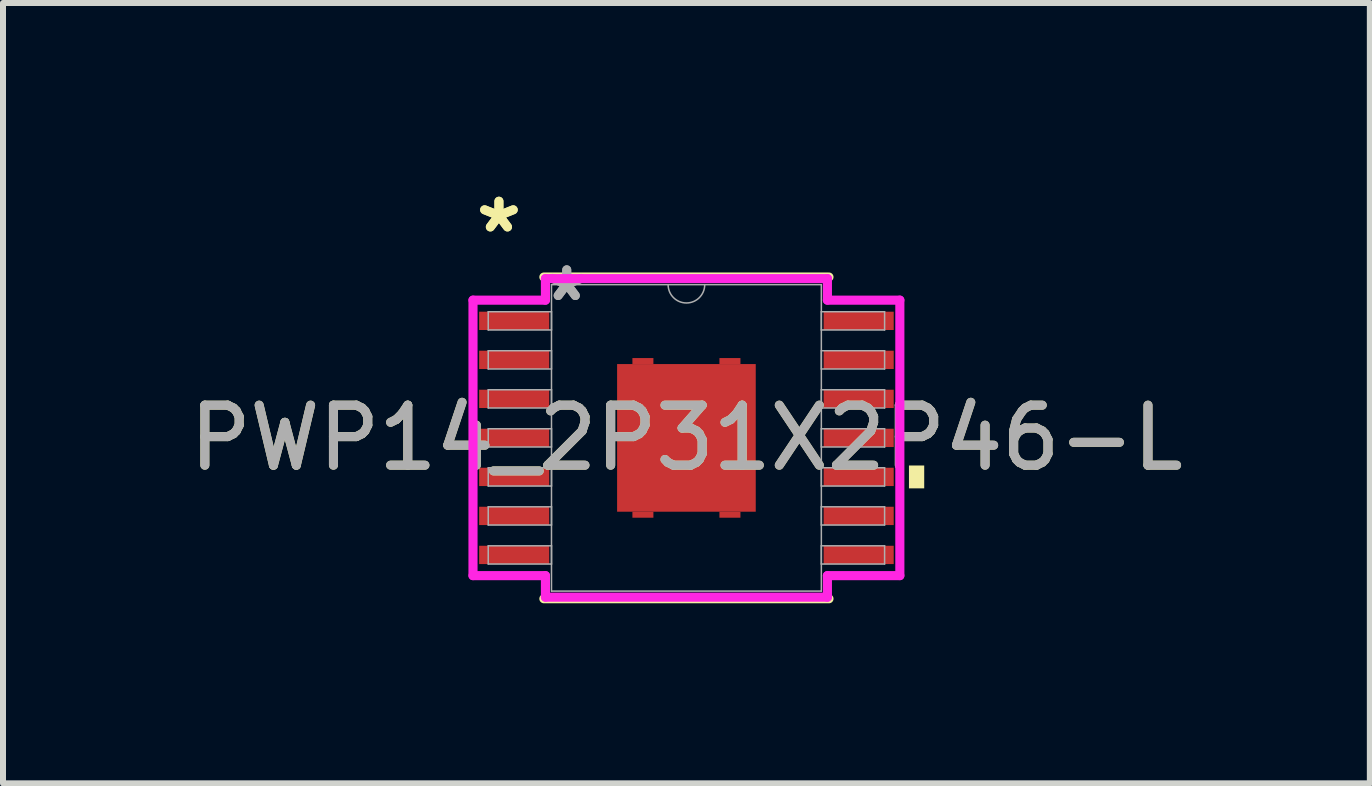
<source format=kicad_pcb>
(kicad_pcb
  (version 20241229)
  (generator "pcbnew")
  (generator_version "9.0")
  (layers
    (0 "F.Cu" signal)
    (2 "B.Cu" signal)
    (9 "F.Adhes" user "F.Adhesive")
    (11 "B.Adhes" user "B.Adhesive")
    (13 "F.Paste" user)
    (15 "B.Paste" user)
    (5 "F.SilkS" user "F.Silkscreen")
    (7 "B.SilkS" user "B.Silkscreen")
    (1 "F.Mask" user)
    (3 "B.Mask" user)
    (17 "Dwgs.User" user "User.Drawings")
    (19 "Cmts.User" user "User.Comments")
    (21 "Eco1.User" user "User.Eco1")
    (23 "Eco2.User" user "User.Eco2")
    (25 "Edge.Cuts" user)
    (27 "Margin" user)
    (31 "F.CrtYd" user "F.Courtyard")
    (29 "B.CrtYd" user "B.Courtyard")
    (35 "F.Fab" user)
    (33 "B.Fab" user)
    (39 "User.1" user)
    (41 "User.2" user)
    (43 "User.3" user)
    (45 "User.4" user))
  (footprint "PWP14_2P31X2P46-L"
    (layer "F.Cu")
    (at 8.387 4.246)
    (property "Reference" "PWP14_2P31X2P46-L" (at 0 0 0) (unlocked yes) (layer "F.SilkS") (effects (font (size 1 1) (thickness 0.15))))
    (attr smd)
    (fp_poly (pts (xy -0.55 -1.23) (xy -0.55 -1.33) (xy -0.9 -1.33) (xy -0.9 -1.23)) (stroke (width 0) (type solid)) (fill yes) (layer "F.Cu"))
    (fp_poly (pts (xy -0.55 1.23) (xy -0.55 1.33) (xy -0.9 1.33) (xy -0.9 1.23)) (stroke (width 0) (type solid)) (fill yes) (layer "F.Cu"))
    (fp_poly (pts (xy 0.55 -1.23) (xy 0.55 -1.33) (xy 0.9 -1.33) (xy 0.9 -1.23)) (stroke (width 0) (type solid)) (fill yes) (layer "F.Cu"))
    (fp_poly (pts (xy 0.55 1.23) (xy 0.55 1.33) (xy 0.9 1.33) (xy 0.9 1.23)) (stroke (width 0) (type solid)) (fill yes) (layer "F.Cu"))
    (fp_poly (pts (xy -0.55 -1.23) (xy -0.55 -1.33) (xy -0.9 -1.33) (xy -0.9 -1.23)) (stroke (width 0) (type solid)) (fill yes) (layer "F.Mask"))
    (fp_poly (pts (xy -0.55 1.23) (xy -0.55 1.33) (xy -0.9 1.33) (xy -0.9 1.23)) (stroke (width 0) (type solid)) (fill yes) (layer "F.Mask"))
    (fp_poly (pts (xy 0.55 -1.23) (xy 0.55 -1.33) (xy 0.9 -1.33) (xy 0.9 -1.23)) (stroke (width 0) (type solid)) (fill yes) (layer "F.Mask"))
    (fp_poly (pts (xy 0.55 1.23) (xy 0.55 1.33) (xy 0.9 1.33) (xy 0.9 1.23)) (stroke (width 0) (type solid)) (fill yes) (layer "F.Mask"))
    (fp_line (start -2.375 2.68) (end 2.375 2.68) (stroke (width 0.152) (type solid)) (layer "F.SilkS"))
    (fp_line (start 2.375 -2.68) (end -2.375 -2.68) (stroke (width 0.152) (type solid)) (layer "F.SilkS"))
    (fp_poly (pts (xy 3.962 0.46) (xy 3.962 0.841) (xy 3.708 0.841) (xy 3.708 0.46)) (stroke (width 0) (type solid)) (fill yes) (layer "F.SilkS"))
    (fp_line (start -3.556 -2.295) (end -2.349 -2.295) (stroke (width 0.152) (type solid)) (layer "F.CrtYd"))
    (fp_line (start -3.556 2.295) (end -3.556 -2.295) (stroke (width 0.152) (type solid)) (layer "F.CrtYd"))
    (fp_line (start -3.556 2.295) (end -2.349 2.295) (stroke (width 0.152) (type solid)) (layer "F.CrtYd"))
    (fp_line (start -2.349 -2.654) (end 2.349 -2.654) (stroke (width 0.152) (type solid)) (layer "F.CrtYd"))
    (fp_line (start -2.349 -2.295) (end -2.349 -2.654) (stroke (width 0.152) (type solid)) (layer "F.CrtYd"))
    (fp_line (start -2.349 2.654) (end -2.349 2.295) (stroke (width 0.152) (type solid)) (layer "F.CrtYd"))
    (fp_line (start 2.349 -2.654) (end 2.349 -2.295) (stroke (width 0.152) (type solid)) (layer "F.CrtYd"))
    (fp_line (start 2.349 2.295) (end 2.349 2.654) (stroke (width 0.152) (type solid)) (layer "F.CrtYd"))
    (fp_line (start 2.349 2.654) (end -2.349 2.654) (stroke (width 0.152) (type solid)) (layer "F.CrtYd"))
    (fp_line (start 3.556 -2.295) (end 2.349 -2.295) (stroke (width 0.152) (type solid)) (layer "F.CrtYd"))
    (fp_line (start 3.556 -2.295) (end 3.556 2.295) (stroke (width 0.152) (type solid)) (layer "F.CrtYd"))
    (fp_line (start 3.556 2.295) (end 2.349 2.295) (stroke (width 0.152) (type solid)) (layer "F.CrtYd"))
    (fp_line (start -3.302 -2.102) (end -3.302 -1.798) (stroke (width 0.025) (type solid)) (layer "F.Fab"))
    (fp_line (start -3.302 -1.798) (end -2.248 -1.798) (stroke (width 0.025) (type solid)) (layer "F.Fab"))
    (fp_line (start -3.302 -1.452) (end -3.302 -1.148) (stroke (width 0.025) (type solid)) (layer "F.Fab"))
    (fp_line (start -3.302 -1.148) (end -2.248 -1.148) (stroke (width 0.025) (type solid)) (layer "F.Fab"))
    (fp_line (start -3.302 -0.802) (end -3.302 -0.498) (stroke (width 0.025) (type solid)) (layer "F.Fab"))
    (fp_line (start -3.302 -0.498) (end -2.248 -0.498) (stroke (width 0.025) (type solid)) (layer "F.Fab"))
    (fp_line (start -3.302 -0.152) (end -3.302 0.152) (stroke (width 0.025) (type solid)) (layer "F.Fab"))
    (fp_line (start -3.302 0.152) (end -2.248 0.152) (stroke (width 0.025) (type solid)) (layer "F.Fab"))
    (fp_line (start -3.302 0.498) (end -3.302 0.802) (stroke (width 0.025) (type solid)) (layer "F.Fab"))
    (fp_line (start -3.302 0.802) (end -2.248 0.802) (stroke (width 0.025) (type solid)) (layer "F.Fab"))
    (fp_line (start -3.302 1.148) (end -3.302 1.452) (stroke (width 0.025) (type solid)) (layer "F.Fab"))
    (fp_line (start -3.302 1.452) (end -2.248 1.452) (stroke (width 0.025) (type solid)) (layer "F.Fab"))
    (fp_line (start -3.302 1.798) (end -3.302 2.102) (stroke (width 0.025) (type solid)) (layer "F.Fab"))
    (fp_line (start -3.302 2.102) (end -2.248 2.102) (stroke (width 0.025) (type solid)) (layer "F.Fab"))
    (fp_line (start -2.248 -2.553) (end -2.248 2.553) (stroke (width 0.025) (type solid)) (layer "F.Fab"))
    (fp_line (start -2.248 -2.102) (end -3.302 -2.102) (stroke (width 0.025) (type solid)) (layer "F.Fab"))
    (fp_line (start -2.248 -1.798) (end -2.248 -2.102) (stroke (width 0.025) (type solid)) (layer "F.Fab"))
    (fp_line (start -2.248 -1.452) (end -3.302 -1.452) (stroke (width 0.025) (type solid)) (layer "F.Fab"))
    (fp_line (start -2.248 -1.148) (end -2.248 -1.452) (stroke (width 0.025) (type solid)) (layer "F.Fab"))
    (fp_line (start -2.248 -0.802) (end -3.302 -0.802) (stroke (width 0.025) (type solid)) (layer "F.Fab"))
    (fp_line (start -2.248 -0.498) (end -2.248 -0.802) (stroke (width 0.025) (type solid)) (layer "F.Fab"))
    (fp_line (start -2.248 -0.152) (end -3.302 -0.152) (stroke (width 0.025) (type solid)) (layer "F.Fab"))
    (fp_line (start -2.248 0.152) (end -2.248 -0.152) (stroke (width 0.025) (type solid)) (layer "F.Fab"))
    (fp_line (start -2.248 0.498) (end -3.302 0.498) (stroke (width 0.025) (type solid)) (layer "F.Fab"))
    (fp_line (start -2.248 0.802) (end -2.248 0.498) (stroke (width 0.025) (type solid)) (layer "F.Fab"))
    (fp_line (start -2.248 1.148) (end -3.302 1.148) (stroke (width 0.025) (type solid)) (layer "F.Fab"))
    (fp_line (start -2.248 1.452) (end -2.248 1.148) (stroke (width 0.025) (type solid)) (layer "F.Fab"))
    (fp_line (start -2.248 1.798) (end -3.302 1.798) (stroke (width 0.025) (type solid)) (layer "F.Fab"))
    (fp_line (start -2.248 2.102) (end -2.248 1.798) (stroke (width 0.025) (type solid)) (layer "F.Fab"))
    (fp_line (start -2.248 2.553) (end 2.248 2.553) (stroke (width 0.025) (type solid)) (layer "F.Fab"))
    (fp_line (start 2.248 -2.553) (end -2.248 -2.553) (stroke (width 0.025) (type solid)) (layer "F.Fab"))
    (fp_line (start 2.248 -2.102) (end 2.248 -1.798) (stroke (width 0.025) (type solid)) (layer "F.Fab"))
    (fp_line (start 2.248 -1.798) (end 3.302 -1.798) (stroke (width 0.025) (type solid)) (layer "F.Fab"))
    (fp_line (start 2.248 -1.452) (end 2.248 -1.148) (stroke (width 0.025) (type solid)) (layer "F.Fab"))
    (fp_line (start 2.248 -1.148) (end 3.302 -1.148) (stroke (width 0.025) (type solid)) (layer "F.Fab"))
    (fp_line (start 2.248 -0.802) (end 2.248 -0.498) (stroke (width 0.025) (type solid)) (layer "F.Fab"))
    (fp_line (start 2.248 -0.498) (end 3.302 -0.498) (stroke (width 0.025) (type solid)) (layer "F.Fab"))
    (fp_line (start 2.248 -0.152) (end 2.248 0.152) (stroke (width 0.025) (type solid)) (layer "F.Fab"))
    (fp_line (start 2.248 0.152) (end 3.302 0.152) (stroke (width 0.025) (type solid)) (layer "F.Fab"))
    (fp_line (start 2.248 0.498) (end 2.248 0.802) (stroke (width 0.025) (type solid)) (layer "F.Fab"))
    (fp_line (start 2.248 0.802) (end 3.302 0.802) (stroke (width 0.025) (type solid)) (layer "F.Fab"))
    (fp_line (start 2.248 1.148) (end 2.248 1.452) (stroke (width 0.025) (type solid)) (layer "F.Fab"))
    (fp_line (start 2.248 1.452) (end 3.302 1.452) (stroke (width 0.025) (type solid)) (layer "F.Fab"))
    (fp_line (start 2.248 1.798) (end 2.248 2.102) (stroke (width 0.025) (type solid)) (layer "F.Fab"))
    (fp_line (start 2.248 2.102) (end 3.302 2.102) (stroke (width 0.025) (type solid)) (layer "F.Fab"))
    (fp_line (start 2.248 2.553) (end 2.248 -2.553) (stroke (width 0.025) (type solid)) (layer "F.Fab"))
    (fp_line (start 3.302 -2.102) (end 2.248 -2.102) (stroke (width 0.025) (type solid)) (layer "F.Fab"))
    (fp_line (start 3.302 -1.798) (end 3.302 -2.102) (stroke (width 0.025) (type solid)) (layer "F.Fab"))
    (fp_line (start 3.302 -1.452) (end 2.248 -1.452) (stroke (width 0.025) (type solid)) (layer "F.Fab"))
    (fp_line (start 3.302 -1.148) (end 3.302 -1.452) (stroke (width 0.025) (type solid)) (layer "F.Fab"))
    (fp_line (start 3.302 -0.802) (end 2.248 -0.802) (stroke (width 0.025) (type solid)) (layer "F.Fab"))
    (fp_line (start 3.302 -0.498) (end 3.302 -0.802) (stroke (width 0.025) (type solid)) (layer "F.Fab"))
    (fp_line (start 3.302 -0.152) (end 2.248 -0.152) (stroke (width 0.025) (type solid)) (layer "F.Fab"))
    (fp_line (start 3.302 0.152) (end 3.302 -0.152) (stroke (width 0.025) (type solid)) (layer "F.Fab"))
    (fp_line (start 3.302 0.498) (end 2.248 0.498) (stroke (width 0.025) (type solid)) (layer "F.Fab"))
    (fp_line (start 3.302 0.802) (end 3.302 0.498) (stroke (width 0.025) (type solid)) (layer "F.Fab"))
    (fp_line (start 3.302 1.148) (end 2.248 1.148) (stroke (width 0.025) (type solid)) (layer "F.Fab"))
    (fp_line (start 3.302 1.452) (end 3.302 1.148) (stroke (width 0.025) (type solid)) (layer "F.Fab"))
    (fp_line (start 3.302 1.798) (end 2.248 1.798) (stroke (width 0.025) (type solid)) (layer "F.Fab"))
    (fp_line (start 3.302 2.102) (end 3.302 1.798) (stroke (width 0.025) (type solid)) (layer "F.Fab"))
    (fp_arc (start 0.3048 -2.5527) (mid 0 -2.2479) (end -0.3048 -2.5527) (stroke (width 0.0254) (type solid)) (layer "F.Fab"))
    (fp_text user "*" (at -3.124 -3.398 0) (layer "F.SilkS") (effects (font (size 1 1) (thickness 0.15))))
    (fp_text user "*" (at -3.124 -3.398 0) (unlocked yes) (layer "F.SilkS") (effects (font (size 1 1) (thickness 0.15))))
    (fp_text user "${REFERENCE}" (at 0 0 0) (unlocked yes) (layer "F.Fab") (effects (font (size 1 1) (thickness 0.15))))
    (fp_text user "*" (at -1.994 -2.255 0) (unlocked yes) (layer "F.Fab") (effects (font (size 1 1) (thickness 0.15))))
    (fp_text user "*" (at -1.994 -2.255 0) (layer "F.Fab") (effects (font (size 1 1) (thickness 0.15))))
    (pad "1" smd rect (at -2.87 -1.95) (size 1.168 0.305) (layers "F.Cu" "F.Mask" "F.Paste"))
    (pad "2" smd rect (at -2.87 -1.3) (size 1.168 0.305) (layers "F.Cu" "F.Mask" "F.Paste"))
    (pad "3" smd rect (at -2.87 -0.65) (size 1.168 0.305) (layers "F.Cu" "F.Mask" "F.Paste"))
    (pad "4" smd rect (at -2.87 0) (size 1.168 0.305) (layers "F.Cu" "F.Mask" "F.Paste"))
    (pad "5" smd rect (at -2.87 0.65) (size 1.168 0.305) (layers "F.Cu" "F.Mask" "F.Paste"))
    (pad "6" smd rect (at -2.87 1.3) (size 1.168 0.305) (layers "F.Cu" "F.Mask" "F.Paste"))
    (pad "7" smd rect (at -2.87 1.95) (size 1.168 0.305) (layers "F.Cu" "F.Mask" "F.Paste"))
    (pad "8" smd rect (at 2.87 1.95) (size 1.168 0.305) (layers "F.Cu" "F.Mask" "F.Paste"))
    (pad "9" smd rect (at 2.87 1.3) (size 1.168 0.305) (layers "F.Cu" "F.Mask" "F.Paste"))
    (pad "10" smd rect (at 2.87 0.65) (size 1.168 0.305) (layers "F.Cu" "F.Mask" "F.Paste"))
    (pad "11" smd rect (at 2.87 0) (size 1.168 0.305) (layers "F.Cu" "F.Mask" "F.Paste"))
    (pad "12" smd rect (at 2.87 -0.65) (size 1.168 0.305) (layers "F.Cu" "F.Mask" "F.Paste"))
    (pad "13" smd rect (at 2.87 -1.3) (size 1.168 0.305) (layers "F.Cu" "F.Mask" "F.Paste"))
    (pad "14" smd rect (at 2.87 -1.95) (size 1.168 0.305) (layers "F.Cu" "F.Mask" "F.Paste"))
    (pad "15" smd rect (at 0 0) (size 2.31 2.46) (layers "F.Cu" "F.Mask" "F.Paste")))
  (gr_rect
    (start -3 -3)
    (end 19.774 10.002)
    (stroke (width 0.1) (type default))
    (fill no)
    (layer "Edge.Cuts")))
</source>
